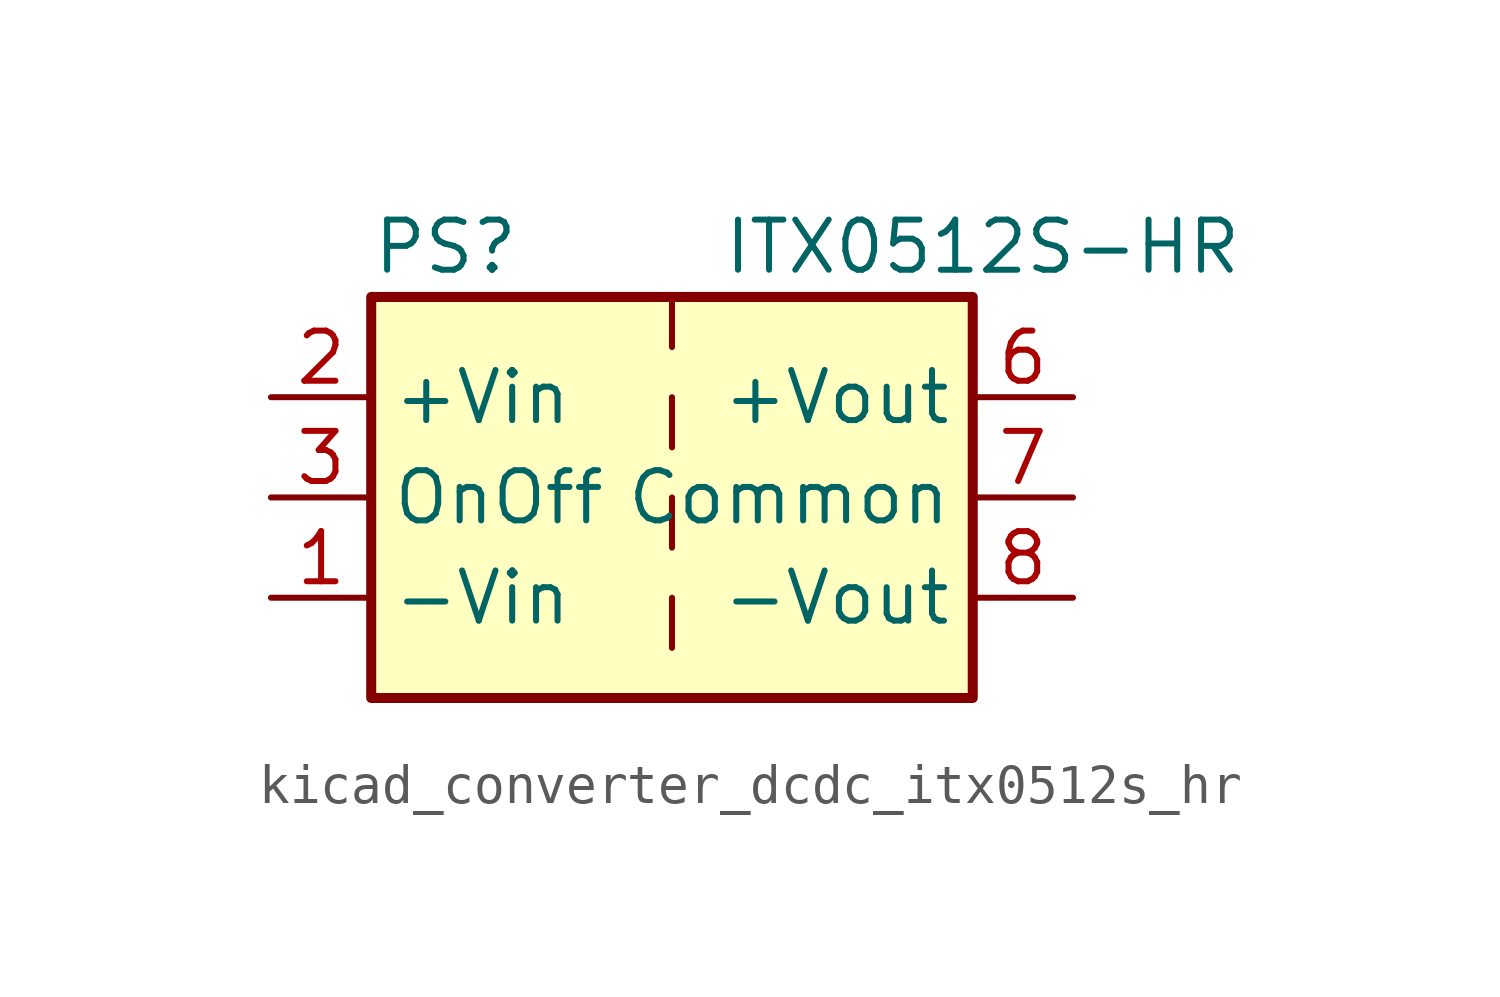
<source format=kicad_sym>
(kicad_symbol_lib
  (version 20220914)
  (generator kicad_symbol_editor)
  (symbol "kicad_converter_dcdc_itx0512s_hr"
    (property "Reference" "PS"
      (at -7.62 6.35 0)
      (effects (font (size 1.27 1.27)) (justify left)))
    (property "Value" "ITX0512S-HR"
      (at 1.27 6.35 0)
      (effects (font (size 1.27 1.27)) (justify left)))
    (symbol "kicad_converter_dcdc_itx0512s_hr_0_0"
      (pin power_in line (at -10.16 -2.54 0) (length 2.54) (name "-Vin" (effects (font (size 1.27 1.27)))) (number "1" (effects (font (size 1.27 1.27)))))
      (pin power_in line (at -10.16 2.54 0) (length 2.54) (name "+Vin" (effects (font (size 1.27 1.27)))) (number "2" (effects (font (size 1.27 1.27)))))
      (pin input line (at -10.16 0 0) (length 2.54) (name "OnOff" (effects (font (size 1.27 1.27)))) (number "3" (effects (font (size 1.27 1.27)))))
      (pin no_connect line (at 0 5.08 270) (length 2.54) hide (name "NC" (effects (font (size 1.27 1.27)))) (number "5" (effects (font (size 1.27 1.27)))))
      (pin power_out line (at 10.16 2.54 180) (length 2.54) (name "+Vout" (effects (font (size 1.27 1.27)))) (number "6" (effects (font (size 1.27 1.27)))))
      (pin power_out line (at 10.16 0 180) (length 2.54) (name "Common" (effects (font (size 1.27 1.27)))) (number "7" (effects (font (size 1.27 1.27)))))
      (pin power_out line (at 10.16 -2.54 180) (length 2.54) (name "-Vout" (effects (font (size 1.27 1.27)))) (number "8" (effects (font (size 1.27 1.27))))))
    (symbol "kicad_converter_dcdc_itx0512s_hr_0_1"
      (rectangle (start -7.62 5.08) (end 7.62 -5.08) (stroke (width 0.254) (type default)) (fill (type background)))
      (polyline (pts (xy 0 -2.54) (xy 0 -3.81)) (stroke (width 0) (type default)) (fill (type none)))
      (polyline (pts (xy 0 0) (xy 0 -1.27)) (stroke (width 0) (type default)) (fill (type none)))
      (polyline (pts (xy 0 2.54) (xy 0 1.27)) (stroke (width 0) (type default)) (fill (type none)))
      (polyline (pts (xy 0 5.08) (xy 0 3.81)) (stroke (width 0) (type default)) (fill (type none))))))
</source>
